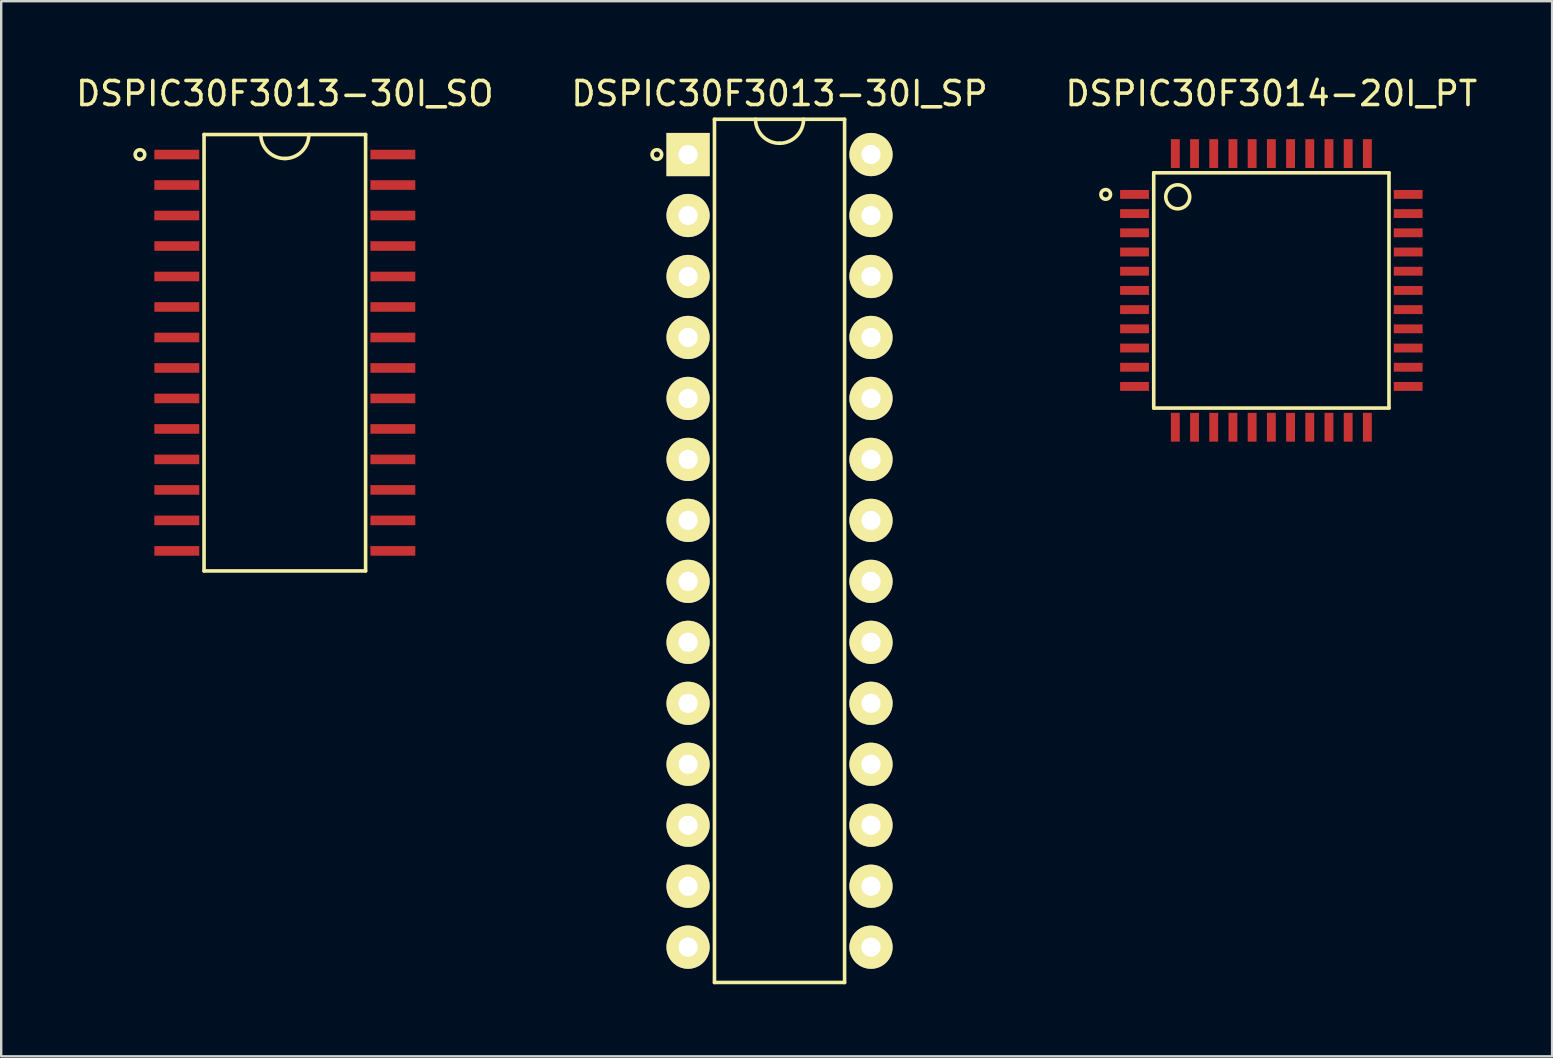
<source format=kicad_pcb>
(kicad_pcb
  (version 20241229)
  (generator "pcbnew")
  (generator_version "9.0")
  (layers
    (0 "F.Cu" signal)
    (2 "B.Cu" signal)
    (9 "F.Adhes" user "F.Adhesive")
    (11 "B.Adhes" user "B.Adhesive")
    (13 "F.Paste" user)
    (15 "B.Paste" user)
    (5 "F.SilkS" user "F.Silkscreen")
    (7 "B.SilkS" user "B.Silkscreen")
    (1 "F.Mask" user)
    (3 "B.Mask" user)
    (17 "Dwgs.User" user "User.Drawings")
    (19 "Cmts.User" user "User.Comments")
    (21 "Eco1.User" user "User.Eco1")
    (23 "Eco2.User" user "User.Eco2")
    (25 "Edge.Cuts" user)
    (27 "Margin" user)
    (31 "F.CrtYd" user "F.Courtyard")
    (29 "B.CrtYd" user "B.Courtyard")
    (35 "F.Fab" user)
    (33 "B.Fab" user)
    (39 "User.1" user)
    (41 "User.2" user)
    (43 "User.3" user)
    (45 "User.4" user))
  (footprint "DSPIC30F3014-20I_PT"
    (layer "F.Cu")
    (at 44.211 3.348)
    (property "Reference" "DSPIC30F3014-20I_PT" (at 5.7 -2.5 0) (layer "F.SilkS") (effects (font (size 1 1) (thickness 0.15))))
    (attr through_hole)
    (fp_line (start 0.8 0.8) (end 0.8 10.6) (stroke (width 0.15) (type solid)) (layer "F.SilkS"))
    (fp_line (start 0.8 0.8) (end 10.6 0.8) (stroke (width 0.15) (type solid)) (layer "F.SilkS"))
    (fp_line (start 0.8 10.6) (end 10.6 10.6) (stroke (width 0.15) (type solid)) (layer "F.SilkS"))
    (fp_line (start 10.6 10.6) (end 10.6 0.8) (stroke (width 0.15) (type solid)) (layer "F.SilkS"))
    (fp_circle (center -1.2 1.7) (end -1.2 1.5) (stroke (width 0.15) (type solid)) (fill no) (layer "F.SilkS"))
    (fp_circle (center 1.8 1.8) (end 1.8 1.3) (stroke (width 0.15) (type solid)) (fill no) (layer "F.SilkS"))
    (pad "1" smd rect (at 0 1.7) (size 1.2 0.37) (layers "F.Cu" "F.Mask" "F.Paste"))
    (pad "2" smd rect (at 0 2.5) (size 1.2 0.37) (layers "F.Cu" "F.Mask" "F.Paste"))
    (pad "3" smd rect (at 0 3.3) (size 1.2 0.37) (layers "F.Cu" "F.Mask" "F.Paste"))
    (pad "4" smd rect (at 0 4.1) (size 1.2 0.37) (layers "F.Cu" "F.Mask" "F.Paste"))
    (pad "5" smd rect (at 0 4.9) (size 1.2 0.37) (layers "F.Cu" "F.Mask" "F.Paste"))
    (pad "6" smd rect (at 0 5.7) (size 1.2 0.37) (layers "F.Cu" "F.Mask" "F.Paste"))
    (pad "7" smd rect (at 0 6.5) (size 1.2 0.37) (layers "F.Cu" "F.Mask" "F.Paste"))
    (pad "8" smd rect (at 0 7.3) (size 1.2 0.37) (layers "F.Cu" "F.Mask" "F.Paste"))
    (pad "9" smd rect (at 0 8.1) (size 1.2 0.37) (layers "F.Cu" "F.Mask" "F.Paste"))
    (pad "10" smd rect (at 0 8.9) (size 1.2 0.37) (layers "F.Cu" "F.Mask" "F.Paste"))
    (pad "11" smd rect (at 0 9.7) (size 1.2 0.37) (layers "F.Cu" "F.Mask" "F.Paste"))
    (pad "12" smd rect (at 1.7 11.4) (size 0.37 1.2) (layers "F.Cu" "F.Mask" "F.Paste"))
    (pad "13" smd rect (at 2.5 11.4) (size 0.37 1.2) (layers "F.Cu" "F.Mask" "F.Paste"))
    (pad "14" smd rect (at 3.3 11.4) (size 0.37 1.2) (layers "F.Cu" "F.Mask" "F.Paste"))
    (pad "15" smd rect (at 4.1 11.4) (size 0.37 1.2) (layers "F.Cu" "F.Mask" "F.Paste"))
    (pad "16" smd rect (at 4.9 11.4) (size 0.37 1.2) (layers "F.Cu" "F.Mask" "F.Paste"))
    (pad "17" smd rect (at 5.7 11.4) (size 0.37 1.2) (layers "F.Cu" "F.Mask" "F.Paste"))
    (pad "18" smd rect (at 6.5 11.4) (size 0.37 1.2) (layers "F.Cu" "F.Mask" "F.Paste"))
    (pad "19" smd rect (at 7.3 11.4) (size 0.37 1.2) (layers "F.Cu" "F.Mask" "F.Paste"))
    (pad "20" smd rect (at 8.1 11.4) (size 0.37 1.2) (layers "F.Cu" "F.Mask" "F.Paste"))
    (pad "21" smd rect (at 8.9 11.4) (size 0.37 1.2) (layers "F.Cu" "F.Mask" "F.Paste"))
    (pad "22" smd rect (at 9.7 11.4) (size 0.37 1.2) (layers "F.Cu" "F.Mask" "F.Paste"))
    (pad "23" smd rect (at 11.4 9.7) (size 1.2 0.37) (layers "F.Cu" "F.Mask" "F.Paste"))
    (pad "24" smd rect (at 11.4 8.9) (size 1.2 0.37) (layers "F.Cu" "F.Mask" "F.Paste"))
    (pad "25" smd rect (at 11.4 8.1) (size 1.2 0.37) (layers "F.Cu" "F.Mask" "F.Paste"))
    (pad "26" smd rect (at 11.4 7.3) (size 1.2 0.37) (layers "F.Cu" "F.Mask" "F.Paste"))
    (pad "27" smd rect (at 11.4 6.5) (size 1.2 0.37) (layers "F.Cu" "F.Mask" "F.Paste"))
    (pad "28" smd rect (at 11.4 5.7) (size 1.2 0.37) (layers "F.Cu" "F.Mask" "F.Paste"))
    (pad "29" smd rect (at 11.4 4.9) (size 1.2 0.37) (layers "F.Cu" "F.Mask" "F.Paste"))
    (pad "30" smd rect (at 11.4 4.1) (size 1.2 0.37) (layers "F.Cu" "F.Mask" "F.Paste"))
    (pad "31" smd rect (at 11.4 3.3) (size 1.2 0.37) (layers "F.Cu" "F.Mask" "F.Paste"))
    (pad "32" smd rect (at 11.4 2.5) (size 1.2 0.37) (layers "F.Cu" "F.Mask" "F.Paste"))
    (pad "33" smd rect (at 11.4 1.7) (size 1.2 0.37) (layers "F.Cu" "F.Mask" "F.Paste"))
    (pad "34" smd rect (at 9.7 0) (size 0.37 1.2) (layers "F.Cu" "F.Mask" "F.Paste"))
    (pad "35" smd rect (at 8.9 0) (size 0.37 1.2) (layers "F.Cu" "F.Mask" "F.Paste"))
    (pad "36" smd rect (at 8.1 0) (size 0.37 1.2) (layers "F.Cu" "F.Mask" "F.Paste"))
    (pad "37" smd rect (at 7.3 0) (size 0.37 1.2) (layers "F.Cu" "F.Mask" "F.Paste"))
    (pad "38" smd rect (at 6.5 0) (size 0.37 1.2) (layers "F.Cu" "F.Mask" "F.Paste"))
    (pad "39" smd rect (at 5.7 0) (size 0.37 1.2) (layers "F.Cu" "F.Mask" "F.Paste"))
    (pad "40" smd rect (at 4.9 0) (size 0.37 1.2) (layers "F.Cu" "F.Mask" "F.Paste"))
    (pad "41" smd rect (at 4.1 0) (size 0.37 1.2) (layers "F.Cu" "F.Mask" "F.Paste"))
    (pad "42" smd rect (at 3.3 0) (size 0.37 1.2) (layers "F.Cu" "F.Mask" "F.Paste"))
    (pad "43" smd rect (at 2.5 0) (size 0.37 1.2) (layers "F.Cu" "F.Mask" "F.Paste"))
    (pad "44" smd rect (at 1.7 0) (size 0.37 1.2) (layers "F.Cu" "F.Mask" "F.Paste")))
  (footprint "DSPIC30F3013-30I_SO"
    (layer "F.Cu")
    (at 4.315 3.388)
    (property "Reference" "DSPIC30F3013-30I_SO" (at 4.5 -2.54 0) (layer "F.SilkS") (effects (font (size 1 1) (thickness 0.15))))
    (attr through_hole)
    (fp_line (start 1.135 -0.835) (end 7.865 -0.835) (stroke (width 0.15) (type solid)) (layer "F.SilkS"))
    (fp_line (start 1.135 17.345) (end 1.135 -0.835) (stroke (width 0.15) (type solid)) (layer "F.SilkS"))
    (fp_line (start 7.865 -0.835) (end 7.865 17.345) (stroke (width 0.15) (type solid)) (layer "F.SilkS"))
    (fp_line (start 7.865 17.345) (end 1.135 17.345) (stroke (width 0.15) (type solid)) (layer "F.SilkS"))
    (fp_arc (start 4.5 0.165) (mid 3.792893 -0.127893) (end 3.5 -0.835) (stroke (width 0.15) (type solid)) (layer "F.SilkS"))
    (fp_arc (start 5.5 -0.835) (mid 5.207107 -0.127893) (end 4.5 0.165) (stroke (width 0.15) (type solid)) (layer "F.SilkS"))
    (fp_circle (center -1.535 0) (end -1.535 0.2) (stroke (width 0.15) (type solid)) (fill no) (layer "F.SilkS"))
    (pad "1" smd rect (at 0 0) (size 1.87 0.4) (layers "F.Cu" "F.Mask" "F.Paste"))
    (pad "2" smd rect (at 0 1.27) (size 1.87 0.4) (layers "F.Cu" "F.Mask" "F.Paste"))
    (pad "3" smd rect (at 0 2.54) (size 1.87 0.4) (layers "F.Cu" "F.Mask" "F.Paste"))
    (pad "4" smd rect (at 0 3.81) (size 1.87 0.4) (layers "F.Cu" "F.Mask" "F.Paste"))
    (pad "5" smd rect (at 0 5.08) (size 1.87 0.4) (layers "F.Cu" "F.Mask" "F.Paste"))
    (pad "6" smd rect (at 0 6.35) (size 1.87 0.4) (layers "F.Cu" "F.Mask" "F.Paste"))
    (pad "7" smd rect (at 0 7.62) (size 1.87 0.4) (layers "F.Cu" "F.Mask" "F.Paste"))
    (pad "8" smd rect (at 0 8.89) (size 1.87 0.4) (layers "F.Cu" "F.Mask" "F.Paste"))
    (pad "9" smd rect (at 0 10.16) (size 1.87 0.4) (layers "F.Cu" "F.Mask" "F.Paste"))
    (pad "10" smd rect (at 0 11.43) (size 1.87 0.4) (layers "F.Cu" "F.Mask" "F.Paste"))
    (pad "11" smd rect (at 0 12.7) (size 1.87 0.4) (layers "F.Cu" "F.Mask" "F.Paste"))
    (pad "12" smd rect (at 0 13.97) (size 1.87 0.4) (layers "F.Cu" "F.Mask" "F.Paste"))
    (pad "13" smd rect (at 0 15.24) (size 1.87 0.4) (layers "F.Cu" "F.Mask" "F.Paste"))
    (pad "14" smd rect (at 0 16.51) (size 1.87 0.4) (layers "F.Cu" "F.Mask" "F.Paste"))
    (pad "15" smd rect (at 9 16.51) (size 1.87 0.4) (layers "F.Cu" "F.Mask" "F.Paste"))
    (pad "16" smd rect (at 9 15.24) (size 1.87 0.4) (layers "F.Cu" "F.Mask" "F.Paste"))
    (pad "17" smd rect (at 9 13.97) (size 1.87 0.4) (layers "F.Cu" "F.Mask" "F.Paste"))
    (pad "18" smd rect (at 9 12.7) (size 1.87 0.4) (layers "F.Cu" "F.Mask" "F.Paste"))
    (pad "19" smd rect (at 9 11.43) (size 1.87 0.4) (layers "F.Cu" "F.Mask" "F.Paste"))
    (pad "20" smd rect (at 9 10.16) (size 1.87 0.4) (layers "F.Cu" "F.Mask" "F.Paste"))
    (pad "21" smd rect (at 9 8.89) (size 1.87 0.4) (layers "F.Cu" "F.Mask" "F.Paste"))
    (pad "22" smd rect (at 9 7.62) (size 1.87 0.4) (layers "F.Cu" "F.Mask" "F.Paste"))
    (pad "23" smd rect (at 9 6.35) (size 1.87 0.4) (layers "F.Cu" "F.Mask" "F.Paste"))
    (pad "24" smd rect (at 9 5.08) (size 1.87 0.4) (layers "F.Cu" "F.Mask" "F.Paste"))
    (pad "25" smd rect (at 9 3.81) (size 1.87 0.4) (layers "F.Cu" "F.Mask" "F.Paste"))
    (pad "26" smd rect (at 9 2.54) (size 1.87 0.4) (layers "F.Cu" "F.Mask" "F.Paste"))
    (pad "27" smd rect (at 9 1.27) (size 1.87 0.4) (layers "F.Cu" "F.Mask" "F.Paste"))
    (pad "28" smd rect (at 9 0) (size 1.87 0.4) (layers "F.Cu" "F.Mask" "F.Paste")))
  (footprint "DSPIC30F3013-30I_SP"
    (layer "F.Cu")
    (at 25.613 3.388)
    (property "Reference" "DSPIC30F3013-30I_SP" (at 3.81 -2.54 0) (layer "F.SilkS") (effects (font (size 1 1) (thickness 0.15))))
    (attr through_hole)
    (fp_line (start 1.1 -1.47) (end 6.52 -1.47) (stroke (width 0.15) (type solid)) (layer "F.SilkS"))
    (fp_line (start 1.1 34.49) (end 1.1 -1.47) (stroke (width 0.15) (type solid)) (layer "F.SilkS"))
    (fp_line (start 6.52 -1.47) (end 6.52 34.49) (stroke (width 0.15) (type solid)) (layer "F.SilkS"))
    (fp_line (start 6.52 34.49) (end 1.1 34.49) (stroke (width 0.15) (type solid)) (layer "F.SilkS"))
    (fp_arc (start 3.81 -0.47) (mid 3.102893 -0.762893) (end 2.81 -1.47) (stroke (width 0.15) (type solid)) (layer "F.SilkS"))
    (fp_arc (start 4.81 -1.47) (mid 4.517107 -0.762893) (end 3.81 -0.47) (stroke (width 0.15) (type solid)) (layer "F.SilkS"))
    (fp_circle (center -1.3 0) (end -1.3 0.2) (stroke (width 0.15) (type solid)) (fill no) (layer "F.SilkS"))
    (pad "1" thru_hole rect (at 0 0) (size 1.8 1.8) (drill 0.8) (layers "*.Cu" "*.Mask" "F.SilkS"))
    (pad "2" thru_hole circle (at 0 2.54) (size 1.8 1.8) (drill 0.8) (layers "*.Cu" "*.Mask" "F.SilkS"))
    (pad "3" thru_hole circle (at 0 5.08) (size 1.8 1.8) (drill 0.8) (layers "*.Cu" "*.Mask" "F.SilkS"))
    (pad "4" thru_hole circle (at 0 7.62) (size 1.8 1.8) (drill 0.8) (layers "*.Cu" "*.Mask" "F.SilkS"))
    (pad "5" thru_hole circle (at 0 10.16) (size 1.8 1.8) (drill 0.8) (layers "*.Cu" "*.Mask" "F.SilkS"))
    (pad "6" thru_hole circle (at 0 12.7) (size 1.8 1.8) (drill 0.8) (layers "*.Cu" "*.Mask" "F.SilkS"))
    (pad "7" thru_hole circle (at 0 15.24) (size 1.8 1.8) (drill 0.8) (layers "*.Cu" "*.Mask" "F.SilkS"))
    (pad "8" thru_hole circle (at 0 17.78) (size 1.8 1.8) (drill 0.8) (layers "*.Cu" "*.Mask" "F.SilkS"))
    (pad "9" thru_hole circle (at 0 20.32) (size 1.8 1.8) (drill 0.8) (layers "*.Cu" "*.Mask" "F.SilkS"))
    (pad "10" thru_hole circle (at 0 22.86) (size 1.8 1.8) (drill 0.8) (layers "*.Cu" "*.Mask" "F.SilkS"))
    (pad "11" thru_hole circle (at 0 25.4) (size 1.8 1.8) (drill 0.8) (layers "*.Cu" "*.Mask" "F.SilkS"))
    (pad "12" thru_hole circle (at 0 27.94) (size 1.8 1.8) (drill 0.8) (layers "*.Cu" "*.Mask" "F.SilkS"))
    (pad "13" thru_hole circle (at 0 30.48) (size 1.8 1.8) (drill 0.8) (layers "*.Cu" "*.Mask" "F.SilkS"))
    (pad "14" thru_hole circle (at 0 33.02) (size 1.8 1.8) (drill 0.8) (layers "*.Cu" "*.Mask" "F.SilkS"))
    (pad "15" thru_hole circle (at 7.62 33.02) (size 1.8 1.8) (drill 0.8) (layers "*.Cu" "*.Mask" "F.SilkS"))
    (pad "16" thru_hole circle (at 7.62 30.48) (size 1.8 1.8) (drill 0.8) (layers "*.Cu" "*.Mask" "F.SilkS"))
    (pad "17" thru_hole circle (at 7.62 27.94) (size 1.8 1.8) (drill 0.8) (layers "*.Cu" "*.Mask" "F.SilkS"))
    (pad "18" thru_hole circle (at 7.62 25.4) (size 1.8 1.8) (drill 0.8) (layers "*.Cu" "*.Mask" "F.SilkS"))
    (pad "19" thru_hole circle (at 7.62 22.86) (size 1.8 1.8) (drill 0.8) (layers "*.Cu" "*.Mask" "F.SilkS"))
    (pad "20" thru_hole circle (at 7.62 20.32) (size 1.8 1.8) (drill 0.8) (layers "*.Cu" "*.Mask" "F.SilkS"))
    (pad "21" thru_hole circle (at 7.62 17.78) (size 1.8 1.8) (drill 0.8) (layers "*.Cu" "*.Mask" "F.SilkS"))
    (pad "22" thru_hole circle (at 7.62 15.24) (size 1.8 1.8) (drill 0.8) (layers "*.Cu" "*.Mask" "F.SilkS"))
    (pad "23" thru_hole circle (at 7.62 12.7) (size 1.8 1.8) (drill 0.8) (layers "*.Cu" "*.Mask" "F.SilkS"))
    (pad "24" thru_hole circle (at 7.62 10.16) (size 1.8 1.8) (drill 0.8) (layers "*.Cu" "*.Mask" "F.SilkS"))
    (pad "25" thru_hole circle (at 7.62 7.62) (size 1.8 1.8) (drill 0.8) (layers "*.Cu" "*.Mask" "F.SilkS"))
    (pad "26" thru_hole circle (at 7.62 5.08) (size 1.8 1.8) (drill 0.8) (layers "*.Cu" "*.Mask" "F.SilkS"))
    (pad "27" thru_hole circle (at 7.62 2.54) (size 1.8 1.8) (drill 0.8) (layers "*.Cu" "*.Mask" "F.SilkS"))
    (pad "28" thru_hole circle (at 7.62 0) (size 1.8 1.8) (drill 0.8) (layers "*.Cu" "*.Mask" "F.SilkS")))
  (gr_rect
    (start -3 -3)
    (end 61.607 40.953)
    (stroke (width 0.1) (type default))
    (fill no)
    (layer "Edge.Cuts")))
</source>
